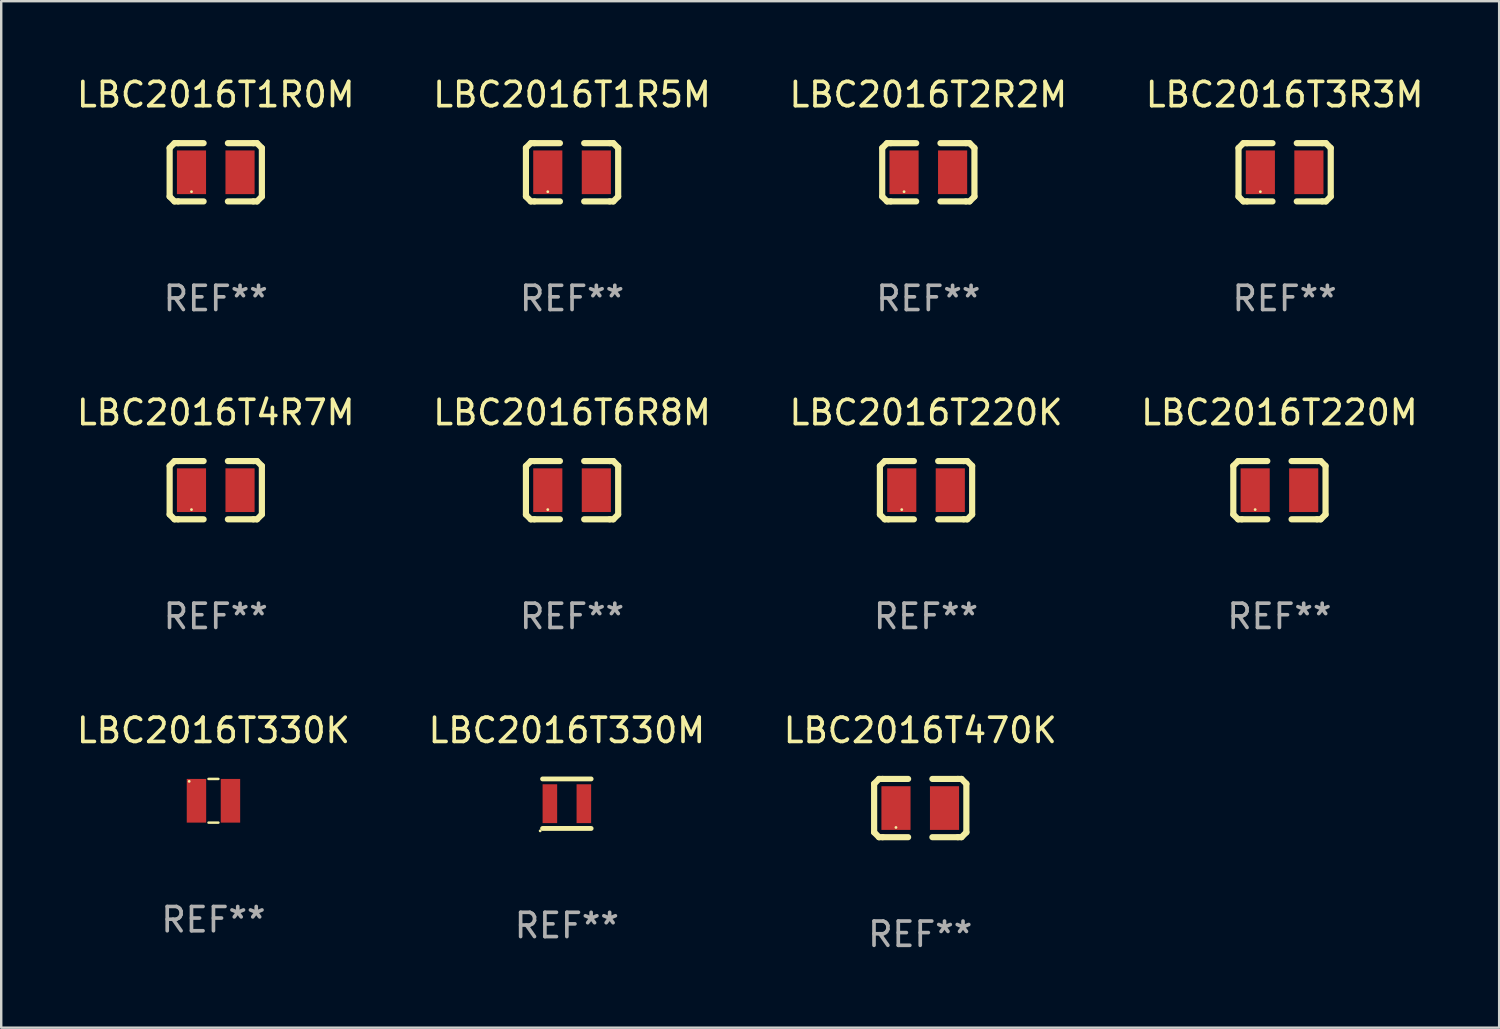
<source format=kicad_pcb>
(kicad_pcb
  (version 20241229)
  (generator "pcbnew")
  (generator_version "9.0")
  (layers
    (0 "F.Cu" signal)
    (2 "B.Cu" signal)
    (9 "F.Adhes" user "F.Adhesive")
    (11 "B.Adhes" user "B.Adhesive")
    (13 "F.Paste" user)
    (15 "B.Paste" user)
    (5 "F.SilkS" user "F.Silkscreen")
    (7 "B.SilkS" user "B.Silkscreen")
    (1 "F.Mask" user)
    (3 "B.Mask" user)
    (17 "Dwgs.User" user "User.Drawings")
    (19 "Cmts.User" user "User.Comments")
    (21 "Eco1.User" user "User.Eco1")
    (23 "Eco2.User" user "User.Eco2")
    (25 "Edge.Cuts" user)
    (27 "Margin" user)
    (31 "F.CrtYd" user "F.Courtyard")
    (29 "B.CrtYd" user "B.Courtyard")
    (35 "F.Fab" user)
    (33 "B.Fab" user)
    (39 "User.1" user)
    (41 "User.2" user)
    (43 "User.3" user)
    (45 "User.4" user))
  (footprint "LBC2016T4R7M"
    (layer "F.Cu")
    (at 5.839 17.145)
    (property "Reference" "LBC2016T4R7M" (at 0 -3.2 0) (layer "F.SilkS") (effects (font (size 1 1) (thickness 0.15))))
    (attr through_hole)
    (fp_line (start -1.9 -1) (end -1.9 1) (stroke (width 0.254) (type solid)) (layer "F.SilkS"))
    (fp_line (start -1.7 -1.2) (end -1.9 -1) (stroke (width 0.254) (type solid)) (layer "F.SilkS"))
    (fp_line (start -1.7 1.2) (end -1.9 1) (stroke (width 0.254) (type solid)) (layer "F.SilkS"))
    (fp_line (start -1.55 -1.2) (end -1.7 -1.2) (stroke (width 0.254) (type solid)) (layer "F.SilkS"))
    (fp_line (start -1.55 1.2) (end -1.7 1.2) (stroke (width 0.254) (type solid)) (layer "F.SilkS"))
    (fp_line (start -0.5 -1.2) (end -1.55 -1.2) (stroke (width 0.254) (type solid)) (layer "F.SilkS"))
    (fp_line (start -0.5 1.2) (end -1.55 1.2) (stroke (width 0.254) (type solid)) (layer "F.SilkS"))
    (fp_line (start 0.5 -1.2) (end 1.55 -1.2) (stroke (width 0.254) (type solid)) (layer "F.SilkS"))
    (fp_line (start 0.5 1.2) (end 1.55 1.2) (stroke (width 0.254) (type solid)) (layer "F.SilkS"))
    (fp_line (start 1.55 -1.2) (end 1.7 -1.2) (stroke (width 0.254) (type solid)) (layer "F.SilkS"))
    (fp_line (start 1.55 1.2) (end 1.7 1.2) (stroke (width 0.254) (type solid)) (layer "F.SilkS"))
    (fp_line (start 1.7 -1.2) (end 1.9 -1) (stroke (width 0.254) (type solid)) (layer "F.SilkS"))
    (fp_line (start 1.7 1.2) (end 1.9 1) (stroke (width 0.254) (type solid)) (layer "F.SilkS"))
    (fp_line (start 1.9 -1) (end 1.9 1) (stroke (width 0.254) (type solid)) (layer "F.SilkS"))
    (fp_circle (center -1 0.8) (end -0.97 0.8) (stroke (width 0.06) (type solid)) (fill no) (layer "F.SilkS"))
    (fp_text user "REF**" (at 0 5.2 0) (layer "F.Fab") (effects (font (size 1 1) (thickness 0.15))))
    (pad "1" smd rect (at -1 0) (size 1.2 1.8) (layers "F.Cu" "F.Mask" "F.Paste"))
    (pad "2" smd rect (at 1 0) (size 1.2 1.8) (layers "F.Cu" "F.Mask" "F.Paste")))
  (footprint "LBC2016T1R0M"
    (layer "F.Cu")
    (at 5.839 4.048)
    (property "Reference" "LBC2016T1R0M" (at 0 -3.2 0) (layer "F.SilkS") (effects (font (size 1 1) (thickness 0.15))))
    (attr through_hole)
    (fp_line (start -1.9 -1) (end -1.9 1) (stroke (width 0.254) (type solid)) (layer "F.SilkS"))
    (fp_line (start -1.7 -1.2) (end -1.9 -1) (stroke (width 0.254) (type solid)) (layer "F.SilkS"))
    (fp_line (start -1.7 1.2) (end -1.9 1) (stroke (width 0.254) (type solid)) (layer "F.SilkS"))
    (fp_line (start -1.55 -1.2) (end -1.7 -1.2) (stroke (width 0.254) (type solid)) (layer "F.SilkS"))
    (fp_line (start -1.55 1.2) (end -1.7 1.2) (stroke (width 0.254) (type solid)) (layer "F.SilkS"))
    (fp_line (start -0.5 -1.2) (end -1.55 -1.2) (stroke (width 0.254) (type solid)) (layer "F.SilkS"))
    (fp_line (start -0.5 1.2) (end -1.55 1.2) (stroke (width 0.254) (type solid)) (layer "F.SilkS"))
    (fp_line (start 0.5 -1.2) (end 1.55 -1.2) (stroke (width 0.254) (type solid)) (layer "F.SilkS"))
    (fp_line (start 0.5 1.2) (end 1.55 1.2) (stroke (width 0.254) (type solid)) (layer "F.SilkS"))
    (fp_line (start 1.55 -1.2) (end 1.7 -1.2) (stroke (width 0.254) (type solid)) (layer "F.SilkS"))
    (fp_line (start 1.55 1.2) (end 1.7 1.2) (stroke (width 0.254) (type solid)) (layer "F.SilkS"))
    (fp_line (start 1.7 -1.2) (end 1.9 -1) (stroke (width 0.254) (type solid)) (layer "F.SilkS"))
    (fp_line (start 1.7 1.2) (end 1.9 1) (stroke (width 0.254) (type solid)) (layer "F.SilkS"))
    (fp_line (start 1.9 -1) (end 1.9 1) (stroke (width 0.254) (type solid)) (layer "F.SilkS"))
    (fp_circle (center -1 0.8) (end -0.97 0.8) (stroke (width 0.06) (type solid)) (fill no) (layer "F.SilkS"))
    (fp_text user "REF**" (at 0 5.2 0) (layer "F.Fab") (effects (font (size 1 1) (thickness 0.15))))
    (pad "1" smd rect (at -1 0) (size 1.2 1.8) (layers "F.Cu" "F.Mask" "F.Paste"))
    (pad "2" smd rect (at 1 0) (size 1.2 1.8) (layers "F.Cu" "F.Mask" "F.Paste")))
  (footprint "LBC2016T2R2M"
    (layer "F.Cu")
    (at 35.196 4.048)
    (property "Reference" "LBC2016T2R2M" (at 0 -3.2 0) (layer "F.SilkS") (effects (font (size 1 1) (thickness 0.15))))
    (attr through_hole)
    (fp_line (start -1.9 -1) (end -1.9 1) (stroke (width 0.254) (type solid)) (layer "F.SilkS"))
    (fp_line (start -1.7 -1.2) (end -1.9 -1) (stroke (width 0.254) (type solid)) (layer "F.SilkS"))
    (fp_line (start -1.7 1.2) (end -1.9 1) (stroke (width 0.254) (type solid)) (layer "F.SilkS"))
    (fp_line (start -1.55 -1.2) (end -1.7 -1.2) (stroke (width 0.254) (type solid)) (layer "F.SilkS"))
    (fp_line (start -1.55 1.2) (end -1.7 1.2) (stroke (width 0.254) (type solid)) (layer "F.SilkS"))
    (fp_line (start -0.5 -1.2) (end -1.55 -1.2) (stroke (width 0.254) (type solid)) (layer "F.SilkS"))
    (fp_line (start -0.5 1.2) (end -1.55 1.2) (stroke (width 0.254) (type solid)) (layer "F.SilkS"))
    (fp_line (start 0.5 -1.2) (end 1.55 -1.2) (stroke (width 0.254) (type solid)) (layer "F.SilkS"))
    (fp_line (start 0.5 1.2) (end 1.55 1.2) (stroke (width 0.254) (type solid)) (layer "F.SilkS"))
    (fp_line (start 1.55 -1.2) (end 1.7 -1.2) (stroke (width 0.254) (type solid)) (layer "F.SilkS"))
    (fp_line (start 1.55 1.2) (end 1.7 1.2) (stroke (width 0.254) (type solid)) (layer "F.SilkS"))
    (fp_line (start 1.7 -1.2) (end 1.9 -1) (stroke (width 0.254) (type solid)) (layer "F.SilkS"))
    (fp_line (start 1.7 1.2) (end 1.9 1) (stroke (width 0.254) (type solid)) (layer "F.SilkS"))
    (fp_line (start 1.9 -1) (end 1.9 1) (stroke (width 0.254) (type solid)) (layer "F.SilkS"))
    (fp_circle (center -1 0.8) (end -0.97 0.8) (stroke (width 0.06) (type solid)) (fill no) (layer "F.SilkS"))
    (fp_text user "REF**" (at 0 5.2 0) (layer "F.Fab") (effects (font (size 1 1) (thickness 0.15))))
    (pad "1" smd rect (at -1 0) (size 1.2 1.8) (layers "F.Cu" "F.Mask" "F.Paste"))
    (pad "2" smd rect (at 1 0) (size 1.2 1.8) (layers "F.Cu" "F.Mask" "F.Paste")))
  (footprint "LBC2016T6R8M"
    (layer "F.Cu")
    (at 20.518 17.145)
    (property "Reference" "LBC2016T6R8M" (at 0 -3.2 0) (layer "F.SilkS") (effects (font (size 1 1) (thickness 0.15))))
    (attr through_hole)
    (fp_line (start -1.9 -1) (end -1.9 1) (stroke (width 0.254) (type solid)) (layer "F.SilkS"))
    (fp_line (start -1.7 -1.2) (end -1.9 -1) (stroke (width 0.254) (type solid)) (layer "F.SilkS"))
    (fp_line (start -1.7 1.2) (end -1.9 1) (stroke (width 0.254) (type solid)) (layer "F.SilkS"))
    (fp_line (start -1.55 -1.2) (end -1.7 -1.2) (stroke (width 0.254) (type solid)) (layer "F.SilkS"))
    (fp_line (start -1.55 1.2) (end -1.7 1.2) (stroke (width 0.254) (type solid)) (layer "F.SilkS"))
    (fp_line (start -0.5 -1.2) (end -1.55 -1.2) (stroke (width 0.254) (type solid)) (layer "F.SilkS"))
    (fp_line (start -0.5 1.2) (end -1.55 1.2) (stroke (width 0.254) (type solid)) (layer "F.SilkS"))
    (fp_line (start 0.5 -1.2) (end 1.55 -1.2) (stroke (width 0.254) (type solid)) (layer "F.SilkS"))
    (fp_line (start 0.5 1.2) (end 1.55 1.2) (stroke (width 0.254) (type solid)) (layer "F.SilkS"))
    (fp_line (start 1.55 -1.2) (end 1.7 -1.2) (stroke (width 0.254) (type solid)) (layer "F.SilkS"))
    (fp_line (start 1.55 1.2) (end 1.7 1.2) (stroke (width 0.254) (type solid)) (layer "F.SilkS"))
    (fp_line (start 1.7 -1.2) (end 1.9 -1) (stroke (width 0.254) (type solid)) (layer "F.SilkS"))
    (fp_line (start 1.7 1.2) (end 1.9 1) (stroke (width 0.254) (type solid)) (layer "F.SilkS"))
    (fp_line (start 1.9 -1) (end 1.9 1) (stroke (width 0.254) (type solid)) (layer "F.SilkS"))
    (fp_circle (center -1 0.8) (end -0.97 0.8) (stroke (width 0.06) (type solid)) (fill no) (layer "F.SilkS"))
    (fp_text user "REF**" (at 0 5.2 0) (layer "F.Fab") (effects (font (size 1 1) (thickness 0.15))))
    (pad "1" smd rect (at -1 0) (size 1.2 1.8) (layers "F.Cu" "F.Mask" "F.Paste"))
    (pad "2" smd rect (at 1 0) (size 1.2 1.8) (layers "F.Cu" "F.Mask" "F.Paste")))
  (footprint "LBC2016T3R3M"
    (layer "F.Cu")
    (at 49.875 4.048)
    (property "Reference" "LBC2016T3R3M" (at 0 -3.2 0) (layer "F.SilkS") (effects (font (size 1 1) (thickness 0.15))))
    (attr through_hole)
    (fp_line (start -1.9 -1) (end -1.9 1) (stroke (width 0.254) (type solid)) (layer "F.SilkS"))
    (fp_line (start -1.7 -1.2) (end -1.9 -1) (stroke (width 0.254) (type solid)) (layer "F.SilkS"))
    (fp_line (start -1.7 1.2) (end -1.9 1) (stroke (width 0.254) (type solid)) (layer "F.SilkS"))
    (fp_line (start -1.55 -1.2) (end -1.7 -1.2) (stroke (width 0.254) (type solid)) (layer "F.SilkS"))
    (fp_line (start -1.55 1.2) (end -1.7 1.2) (stroke (width 0.254) (type solid)) (layer "F.SilkS"))
    (fp_line (start -0.5 -1.2) (end -1.55 -1.2) (stroke (width 0.254) (type solid)) (layer "F.SilkS"))
    (fp_line (start -0.5 1.2) (end -1.55 1.2) (stroke (width 0.254) (type solid)) (layer "F.SilkS"))
    (fp_line (start 0.5 -1.2) (end 1.55 -1.2) (stroke (width 0.254) (type solid)) (layer "F.SilkS"))
    (fp_line (start 0.5 1.2) (end 1.55 1.2) (stroke (width 0.254) (type solid)) (layer "F.SilkS"))
    (fp_line (start 1.55 -1.2) (end 1.7 -1.2) (stroke (width 0.254) (type solid)) (layer "F.SilkS"))
    (fp_line (start 1.55 1.2) (end 1.7 1.2) (stroke (width 0.254) (type solid)) (layer "F.SilkS"))
    (fp_line (start 1.7 -1.2) (end 1.9 -1) (stroke (width 0.254) (type solid)) (layer "F.SilkS"))
    (fp_line (start 1.7 1.2) (end 1.9 1) (stroke (width 0.254) (type solid)) (layer "F.SilkS"))
    (fp_line (start 1.9 -1) (end 1.9 1) (stroke (width 0.254) (type solid)) (layer "F.SilkS"))
    (fp_circle (center -1 0.8) (end -0.97 0.8) (stroke (width 0.06) (type solid)) (fill no) (layer "F.SilkS"))
    (fp_text user "REF**" (at 0 5.2 0) (layer "F.Fab") (effects (font (size 1 1) (thickness 0.15))))
    (pad "1" smd rect (at -1 0) (size 1.2 1.8) (layers "F.Cu" "F.Mask" "F.Paste"))
    (pad "2" smd rect (at 1 0) (size 1.2 1.8) (layers "F.Cu" "F.Mask" "F.Paste")))
  (footprint "LBC2016T220K"
    (layer "F.Cu")
    (at 35.101 17.145)
    (property "Reference" "LBC2016T220K" (at 0 -3.2 0) (layer "F.SilkS") (effects (font (size 1 1) (thickness 0.15))))
    (attr through_hole)
    (fp_line (start -1.9 -1) (end -1.9 1) (stroke (width 0.254) (type solid)) (layer "F.SilkS"))
    (fp_line (start -1.7 -1.2) (end -1.9 -1) (stroke (width 0.254) (type solid)) (layer "F.SilkS"))
    (fp_line (start -1.7 1.2) (end -1.9 1) (stroke (width 0.254) (type solid)) (layer "F.SilkS"))
    (fp_line (start -1.55 -1.2) (end -1.7 -1.2) (stroke (width 0.254) (type solid)) (layer "F.SilkS"))
    (fp_line (start -1.55 1.2) (end -1.7 1.2) (stroke (width 0.254) (type solid)) (layer "F.SilkS"))
    (fp_line (start -0.5 -1.2) (end -1.55 -1.2) (stroke (width 0.254) (type solid)) (layer "F.SilkS"))
    (fp_line (start -0.5 1.2) (end -1.55 1.2) (stroke (width 0.254) (type solid)) (layer "F.SilkS"))
    (fp_line (start 0.5 -1.2) (end 1.55 -1.2) (stroke (width 0.254) (type solid)) (layer "F.SilkS"))
    (fp_line (start 0.5 1.2) (end 1.55 1.2) (stroke (width 0.254) (type solid)) (layer "F.SilkS"))
    (fp_line (start 1.55 -1.2) (end 1.7 -1.2) (stroke (width 0.254) (type solid)) (layer "F.SilkS"))
    (fp_line (start 1.55 1.2) (end 1.7 1.2) (stroke (width 0.254) (type solid)) (layer "F.SilkS"))
    (fp_line (start 1.7 -1.2) (end 1.9 -1) (stroke (width 0.254) (type solid)) (layer "F.SilkS"))
    (fp_line (start 1.7 1.2) (end 1.9 1) (stroke (width 0.254) (type solid)) (layer "F.SilkS"))
    (fp_line (start 1.9 -1) (end 1.9 1) (stroke (width 0.254) (type solid)) (layer "F.SilkS"))
    (fp_circle (center -1 0.8) (end -0.97 0.8) (stroke (width 0.06) (type solid)) (fill no) (layer "F.SilkS"))
    (fp_text user "REF**" (at 0 5.2 0) (layer "F.Fab") (effects (font (size 1 1) (thickness 0.15))))
    (pad "1" smd rect (at -1 0) (size 1.2 1.8) (layers "F.Cu" "F.Mask" "F.Paste"))
    (pad "2" smd rect (at 1 0) (size 1.2 1.8) (layers "F.Cu" "F.Mask" "F.Paste")))
  (footprint "LBC2016T1R5M"
    (layer "F.Cu")
    (at 20.518 4.048)
    (property "Reference" "LBC2016T1R5M" (at 0 -3.2 0) (layer "F.SilkS") (effects (font (size 1 1) (thickness 0.15))))
    (attr through_hole)
    (fp_line (start -1.9 -1) (end -1.9 1) (stroke (width 0.254) (type solid)) (layer "F.SilkS"))
    (fp_line (start -1.7 -1.2) (end -1.9 -1) (stroke (width 0.254) (type solid)) (layer "F.SilkS"))
    (fp_line (start -1.7 1.2) (end -1.9 1) (stroke (width 0.254) (type solid)) (layer "F.SilkS"))
    (fp_line (start -1.55 -1.2) (end -1.7 -1.2) (stroke (width 0.254) (type solid)) (layer "F.SilkS"))
    (fp_line (start -1.55 1.2) (end -1.7 1.2) (stroke (width 0.254) (type solid)) (layer "F.SilkS"))
    (fp_line (start -0.5 -1.2) (end -1.55 -1.2) (stroke (width 0.254) (type solid)) (layer "F.SilkS"))
    (fp_line (start -0.5 1.2) (end -1.55 1.2) (stroke (width 0.254) (type solid)) (layer "F.SilkS"))
    (fp_line (start 0.5 -1.2) (end 1.55 -1.2) (stroke (width 0.254) (type solid)) (layer "F.SilkS"))
    (fp_line (start 0.5 1.2) (end 1.55 1.2) (stroke (width 0.254) (type solid)) (layer "F.SilkS"))
    (fp_line (start 1.55 -1.2) (end 1.7 -1.2) (stroke (width 0.254) (type solid)) (layer "F.SilkS"))
    (fp_line (start 1.55 1.2) (end 1.7 1.2) (stroke (width 0.254) (type solid)) (layer "F.SilkS"))
    (fp_line (start 1.7 -1.2) (end 1.9 -1) (stroke (width 0.254) (type solid)) (layer "F.SilkS"))
    (fp_line (start 1.7 1.2) (end 1.9 1) (stroke (width 0.254) (type solid)) (layer "F.SilkS"))
    (fp_line (start 1.9 -1) (end 1.9 1) (stroke (width 0.254) (type solid)) (layer "F.SilkS"))
    (fp_circle (center -1 0.8) (end -0.97 0.8) (stroke (width 0.06) (type solid)) (fill no) (layer "F.SilkS"))
    (fp_text user "REF**" (at 0 5.2 0) (layer "F.Fab") (effects (font (size 1 1) (thickness 0.15))))
    (pad "1" smd rect (at -1 0) (size 1.2 1.8) (layers "F.Cu" "F.Mask" "F.Paste"))
    (pad "2" smd rect (at 1 0) (size 1.2 1.8) (layers "F.Cu" "F.Mask" "F.Paste")))
  (footprint "LBC2016T220M"
    (layer "F.Cu")
    (at 49.661 17.145)
    (property "Reference" "LBC2016T220M" (at 0 -3.2 0) (layer "F.SilkS") (effects (font (size 1 1) (thickness 0.15))))
    (attr through_hole)
    (fp_line (start -1.9 -1) (end -1.9 1) (stroke (width 0.254) (type solid)) (layer "F.SilkS"))
    (fp_line (start -1.7 -1.2) (end -1.9 -1) (stroke (width 0.254) (type solid)) (layer "F.SilkS"))
    (fp_line (start -1.7 1.2) (end -1.9 1) (stroke (width 0.254) (type solid)) (layer "F.SilkS"))
    (fp_line (start -1.55 -1.2) (end -1.7 -1.2) (stroke (width 0.254) (type solid)) (layer "F.SilkS"))
    (fp_line (start -1.55 1.2) (end -1.7 1.2) (stroke (width 0.254) (type solid)) (layer "F.SilkS"))
    (fp_line (start -0.5 -1.2) (end -1.55 -1.2) (stroke (width 0.254) (type solid)) (layer "F.SilkS"))
    (fp_line (start -0.5 1.2) (end -1.55 1.2) (stroke (width 0.254) (type solid)) (layer "F.SilkS"))
    (fp_line (start 0.5 -1.2) (end 1.55 -1.2) (stroke (width 0.254) (type solid)) (layer "F.SilkS"))
    (fp_line (start 0.5 1.2) (end 1.55 1.2) (stroke (width 0.254) (type solid)) (layer "F.SilkS"))
    (fp_line (start 1.55 -1.2) (end 1.7 -1.2) (stroke (width 0.254) (type solid)) (layer "F.SilkS"))
    (fp_line (start 1.55 1.2) (end 1.7 1.2) (stroke (width 0.254) (type solid)) (layer "F.SilkS"))
    (fp_line (start 1.7 -1.2) (end 1.9 -1) (stroke (width 0.254) (type solid)) (layer "F.SilkS"))
    (fp_line (start 1.7 1.2) (end 1.9 1) (stroke (width 0.254) (type solid)) (layer "F.SilkS"))
    (fp_line (start 1.9 -1) (end 1.9 1) (stroke (width 0.254) (type solid)) (layer "F.SilkS"))
    (fp_circle (center -1 0.8) (end -0.97 0.8) (stroke (width 0.06) (type solid)) (fill no) (layer "F.SilkS"))
    (fp_text user "REF**" (at 0 5.2 0) (layer "F.Fab") (effects (font (size 1 1) (thickness 0.15))))
    (pad "1" smd rect (at -1 0) (size 1.2 1.8) (layers "F.Cu" "F.Mask" "F.Paste"))
    (pad "2" smd rect (at 1 0) (size 1.2 1.8) (layers "F.Cu" "F.Mask" "F.Paste")))
  (footprint "LBC2016T330M"
    (layer "F.Cu")
    (at 20.304 30.061)
    (property "Reference" "LBC2016T330M" (at 0 -3.02 0) (layer "F.SilkS") (effects (font (size 1 1) (thickness 0.15))))
    (attr through_hole)
    (fp_line (start -1 -1.02) (end 1 -1.02) (stroke (width 0.2) (type solid)) (layer "F.SilkS"))
    (fp_line (start -1 1.02) (end 1 1.02) (stroke (width 0.2) (type solid)) (layer "F.SilkS"))
    (fp_circle (center -1.1 1.12) (end -1.07 1.12) (stroke (width 0.06) (type solid)) (fill no) (layer "F.SilkS"))
    (fp_text user "REF**" (at 0 5.02 0) (layer "F.Fab") (effects (font (size 1 1) (thickness 0.15))))
    (pad "1" smd rect (at -0.7 0) (size 0.6 1.6) (layers "F.Cu" "F.Mask" "F.Paste"))
    (pad "2" smd rect (at 0.7 0) (size 0.6 1.6) (layers "F.Cu" "F.Mask" "F.Paste")))
  (footprint "LBC2016T470K"
    (layer "F.Cu")
    (at 34.863 30.241)
    (property "Reference" "LBC2016T470K" (at 0 -3.2 0) (layer "F.SilkS") (effects (font (size 1 1) (thickness 0.15))))
    (attr through_hole)
    (fp_line (start -1.9 -1) (end -1.9 1) (stroke (width 0.254) (type solid)) (layer "F.SilkS"))
    (fp_line (start -1.7 -1.2) (end -1.9 -1) (stroke (width 0.254) (type solid)) (layer "F.SilkS"))
    (fp_line (start -1.7 1.2) (end -1.9 1) (stroke (width 0.254) (type solid)) (layer "F.SilkS"))
    (fp_line (start -1.55 -1.2) (end -1.7 -1.2) (stroke (width 0.254) (type solid)) (layer "F.SilkS"))
    (fp_line (start -1.55 1.2) (end -1.7 1.2) (stroke (width 0.254) (type solid)) (layer "F.SilkS"))
    (fp_line (start -0.5 -1.2) (end -1.55 -1.2) (stroke (width 0.254) (type solid)) (layer "F.SilkS"))
    (fp_line (start -0.5 1.2) (end -1.55 1.2) (stroke (width 0.254) (type solid)) (layer "F.SilkS"))
    (fp_line (start 0.5 -1.2) (end 1.55 -1.2) (stroke (width 0.254) (type solid)) (layer "F.SilkS"))
    (fp_line (start 0.5 1.2) (end 1.55 1.2) (stroke (width 0.254) (type solid)) (layer "F.SilkS"))
    (fp_line (start 1.55 -1.2) (end 1.7 -1.2) (stroke (width 0.254) (type solid)) (layer "F.SilkS"))
    (fp_line (start 1.55 1.2) (end 1.7 1.2) (stroke (width 0.254) (type solid)) (layer "F.SilkS"))
    (fp_line (start 1.7 -1.2) (end 1.9 -1) (stroke (width 0.254) (type solid)) (layer "F.SilkS"))
    (fp_line (start 1.7 1.2) (end 1.9 1) (stroke (width 0.254) (type solid)) (layer "F.SilkS"))
    (fp_line (start 1.9 -1) (end 1.9 1) (stroke (width 0.254) (type solid)) (layer "F.SilkS"))
    (fp_circle (center -1 0.8) (end -0.97 0.8) (stroke (width 0.06) (type solid)) (fill no) (layer "F.SilkS"))
    (fp_text user "REF**" (at 0 5.2 0) (layer "F.Fab") (effects (font (size 1 1) (thickness 0.15))))
    (pad "1" smd rect (at -1 0) (size 1.2 1.8) (layers "F.Cu" "F.Mask" "F.Paste"))
    (pad "2" smd rect (at 1 0) (size 1.2 1.8) (layers "F.Cu" "F.Mask" "F.Paste")))
  (footprint "LBC2016T330K"
    (layer "F.Cu")
    (at 5.744 29.941)
    (property "Reference" "LBC2016T330K" (at 0 -2.9 0) (layer "F.SilkS") (effects (font (size 1 1) (thickness 0.15))))
    (attr through_hole)
    (fp_line (start -0.204 -0.9) (end 0.204 -0.9) (stroke (width 0.102) (type solid)) (layer "F.SilkS"))
    (fp_line (start 0.204 0.9) (end -0.204 0.9) (stroke (width 0.102) (type solid)) (layer "F.SilkS"))
    (fp_circle (center -1 -0.8) (end -0.97 -0.8) (stroke (width 0.06) (type solid)) (fill no) (layer "F.SilkS"))
    (fp_text user "REF**" (at 0 4.9 0) (layer "F.Fab") (effects (font (size 1 1) (thickness 0.15))))
    (pad "1" smd rect (at -0.7 -0.000127) (size 0.8 1.8) (layers "F.Cu" "F.Mask" "F.Paste"))
    (pad "2" smd rect (at 0.7 0.000127) (size 0.8 1.8) (layers "F.Cu" "F.Mask" "F.Paste")))
  (gr_rect
    (start -3 -3)
    (end 58.714 39.289)
    (stroke (width 0.1) (type default))
    (fill no)
    (layer "Edge.Cuts")))
</source>
